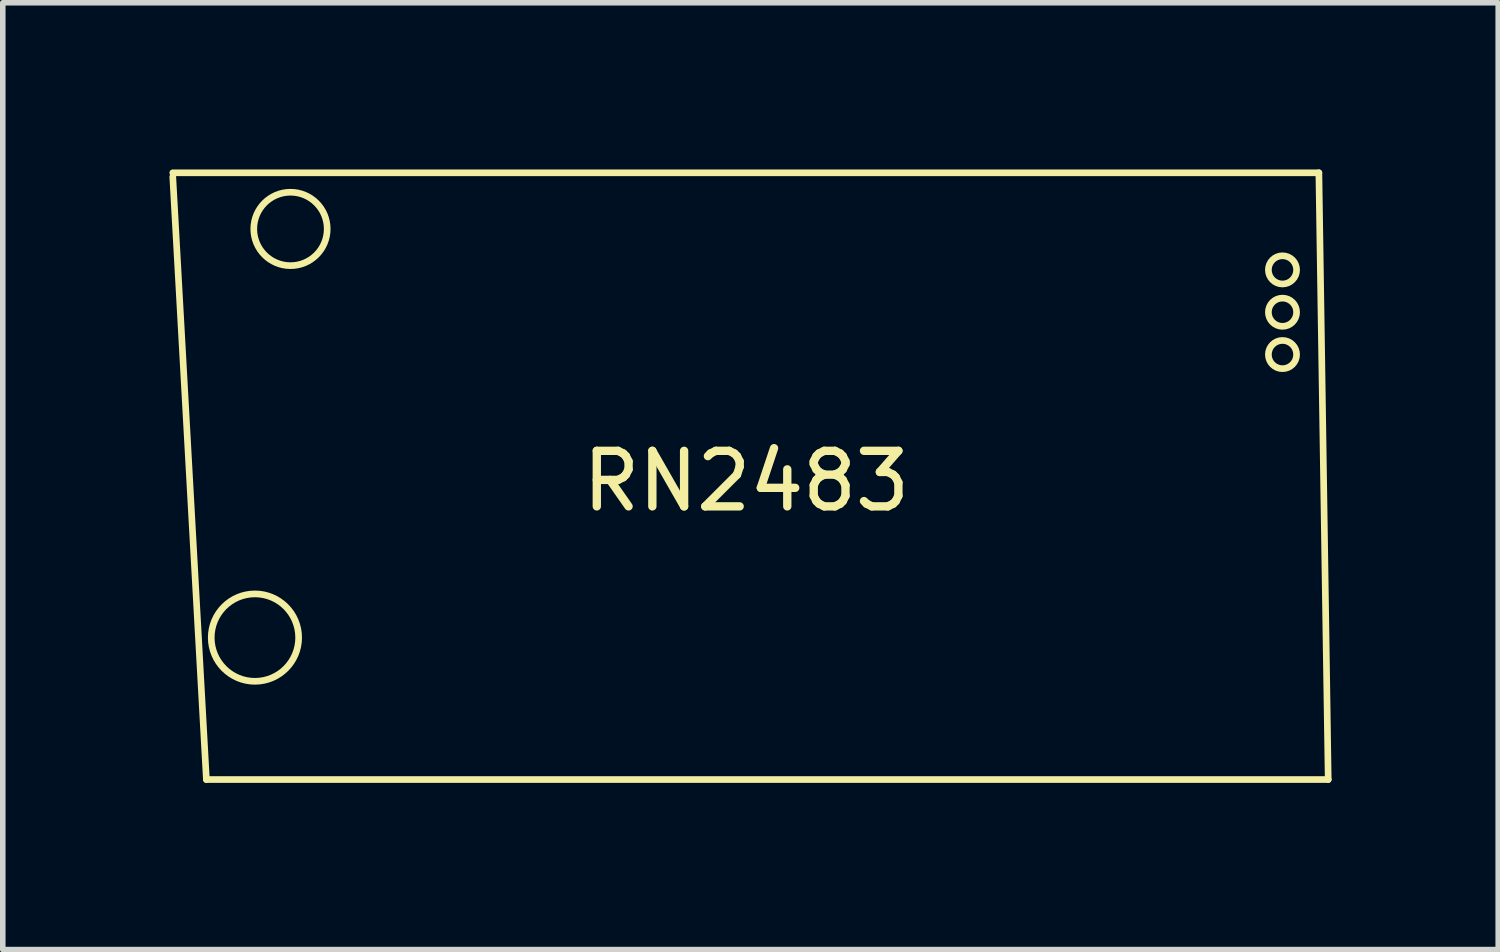
<source format=kicad_pcb>
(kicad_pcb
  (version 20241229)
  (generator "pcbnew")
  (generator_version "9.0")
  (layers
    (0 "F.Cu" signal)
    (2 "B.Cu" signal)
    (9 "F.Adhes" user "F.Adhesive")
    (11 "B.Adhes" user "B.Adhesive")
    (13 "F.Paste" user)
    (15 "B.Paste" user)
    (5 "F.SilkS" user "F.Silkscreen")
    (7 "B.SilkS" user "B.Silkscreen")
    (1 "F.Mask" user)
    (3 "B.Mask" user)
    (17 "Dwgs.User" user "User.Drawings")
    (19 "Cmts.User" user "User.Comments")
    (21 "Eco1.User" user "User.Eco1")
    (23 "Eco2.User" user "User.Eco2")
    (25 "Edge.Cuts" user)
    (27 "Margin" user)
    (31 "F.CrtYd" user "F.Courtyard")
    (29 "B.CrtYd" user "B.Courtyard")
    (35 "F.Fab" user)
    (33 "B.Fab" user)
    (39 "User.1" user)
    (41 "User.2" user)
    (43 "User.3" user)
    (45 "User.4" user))
  (footprint "RN2483"
    (layer "F.Cu")
    (at 10.383 5.11)
    (property "Reference" "RN2483" (at 0 0.5 0) (layer "F.SilkS") (effects (font (size 1 1) (thickness 0.15))))
    (attr through_hole)
    (fp_line (start -10.323 -5.05) (end 10.307 -5.05) (stroke (width 0.12) (type solid)) (layer "F.SilkS"))
    (fp_line (start -9.718 5.872) (end -10.323 -4.978) (stroke (width 0.12) (type solid)) (layer "F.SilkS"))
    (fp_line (start 10.307 -5.05) (end 10.475 5.872) (stroke (width 0.12) (type solid)) (layer "F.SilkS"))
    (fp_line (start 10.475 5.872) (end -9.718 5.872) (stroke (width 0.12) (type solid)) (layer "F.SilkS"))
    (fp_circle (center -8.844 3.317) (end -8.306 3.891) (stroke (width 0.12) (type solid)) (fill no) (layer "F.SilkS"))
    (fp_circle (center -8.204 -4.039) (end -7.635 -3.703) (stroke (width 0.12) (type solid)) (fill no) (layer "F.SilkS"))
    (fp_circle (center 9.652 -3.302) (end 9.906 -3.302) (stroke (width 0.12) (type solid)) (fill no) (layer "F.SilkS"))
    (fp_circle (center 9.652 -2.54) (end 9.906 -2.54) (stroke (width 0.12) (type solid)) (fill no) (layer "F.SilkS"))
    (fp_circle (center 9.652 -1.778) (end 9.906 -1.778) (stroke (width 0.12) (type solid)) (fill no) (layer "F.SilkS")))
  (gr_rect
    (start -3 -3)
    (end 23.918 14.042)
    (stroke (width 0.1) (type default))
    (fill no)
    (layer "Edge.Cuts")))
</source>
